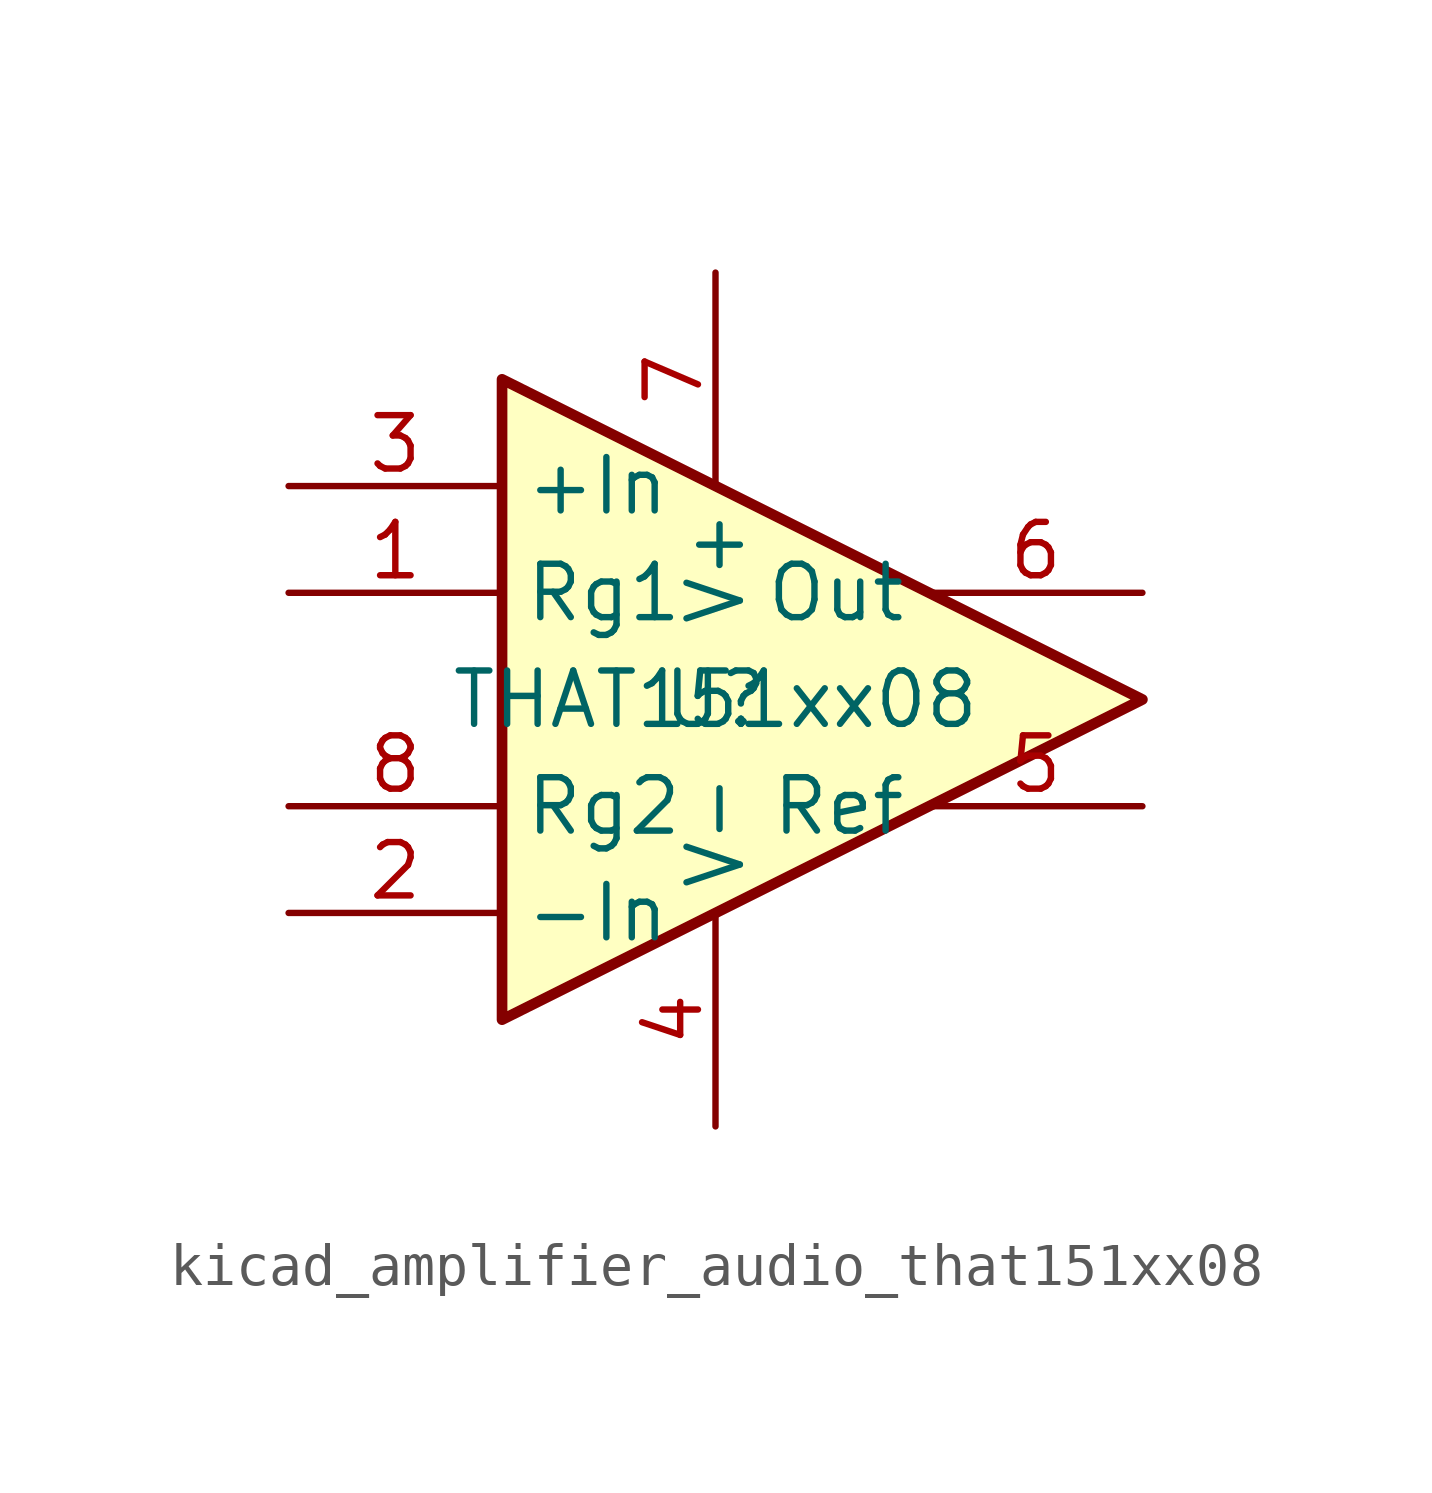
<source format=kicad_sym>
(kicad_symbol_lib
  (version 20220914)
  (generator kicad_symbol_editor)
  (symbol "kicad_amplifier_audio_that151xx08"
    (property "Reference" "U"
      (at 0 0 0)
      (effects (font (size 1.27 1.27))))
    (property "Value" "THAT151xx08"
      (at 0 0 0)
      (effects (font (size 1.27 1.27))))
    (symbol "kicad_amplifier_audio_that151xx08_0_1"
      (polyline (pts (xy -5.08 7.62) (xy -5.08 -7.62) (xy 10.16 0) (xy -5.08 7.62)) (stroke (width 0.254) (type default)) (fill (type background))))
    (symbol "kicad_amplifier_audio_that151xx08_1_1"
      (pin passive line (at -10.16 2.54 0) (length 5.08) (name "Rg1" (effects (font (size 1.27 1.27)))) (number "1" (effects (font (size 1.27 1.27)))))
      (pin input line (at -10.16 -5.08 0) (length 5.08) (name "-In" (effects (font (size 1.27 1.27)))) (number "2" (effects (font (size 1.27 1.27)))))
      (pin input line (at -10.16 5.08 0) (length 5.08) (name "+In" (effects (font (size 1.27 1.27)))) (number "3" (effects (font (size 1.27 1.27)))))
      (pin power_in line (at 0 -10.16 90) (length 5.08) (name "V-" (effects (font (size 1.27 1.27)))) (number "4" (effects (font (size 1.27 1.27)))))
      (pin output line (at 10.16 -2.54 180) (length 5.08) (name "Ref" (effects (font (size 1.27 1.27)))) (number "5" (effects (font (size 1.27 1.27)))))
      (pin output line (at 10.16 2.54 180) (length 5.08) (name "Out" (effects (font (size 1.27 1.27)))) (number "6" (effects (font (size 1.27 1.27)))))
      (pin power_in line (at 0 10.16 270) (length 5.08) (name "V+" (effects (font (size 1.27 1.27)))) (number "7" (effects (font (size 1.27 1.27)))))
      (pin passive line (at -10.16 -2.54 0) (length 5.08) (name "Rg2" (effects (font (size 1.27 1.27)))) (number "8" (effects (font (size 1.27 1.27))))))))
</source>
